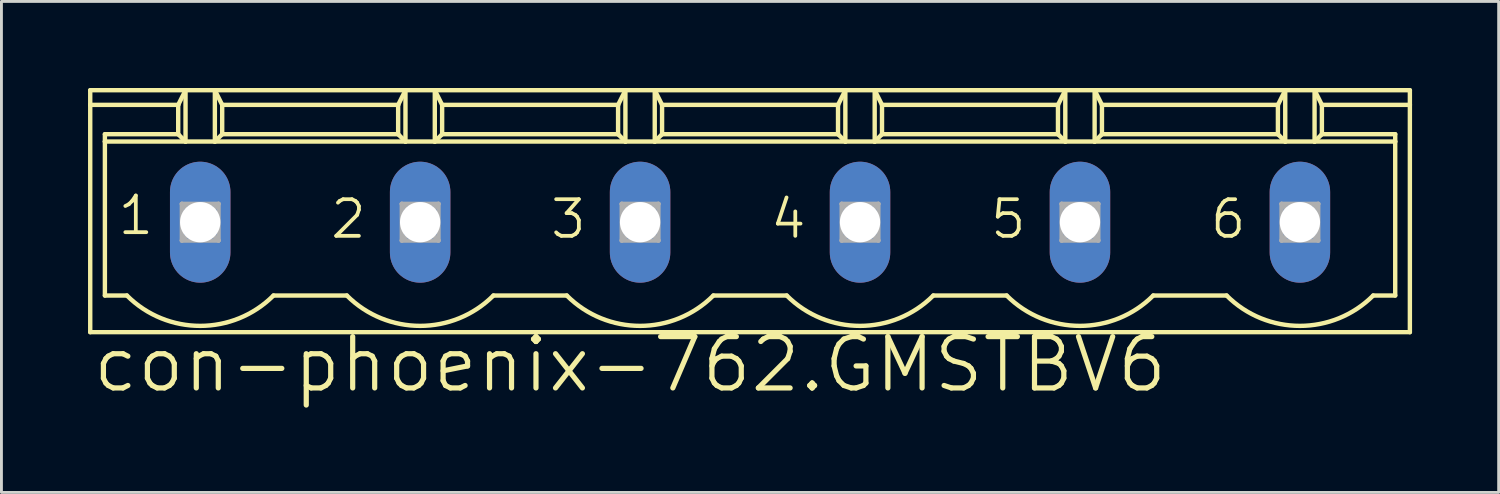
<source format=kicad_pcb>
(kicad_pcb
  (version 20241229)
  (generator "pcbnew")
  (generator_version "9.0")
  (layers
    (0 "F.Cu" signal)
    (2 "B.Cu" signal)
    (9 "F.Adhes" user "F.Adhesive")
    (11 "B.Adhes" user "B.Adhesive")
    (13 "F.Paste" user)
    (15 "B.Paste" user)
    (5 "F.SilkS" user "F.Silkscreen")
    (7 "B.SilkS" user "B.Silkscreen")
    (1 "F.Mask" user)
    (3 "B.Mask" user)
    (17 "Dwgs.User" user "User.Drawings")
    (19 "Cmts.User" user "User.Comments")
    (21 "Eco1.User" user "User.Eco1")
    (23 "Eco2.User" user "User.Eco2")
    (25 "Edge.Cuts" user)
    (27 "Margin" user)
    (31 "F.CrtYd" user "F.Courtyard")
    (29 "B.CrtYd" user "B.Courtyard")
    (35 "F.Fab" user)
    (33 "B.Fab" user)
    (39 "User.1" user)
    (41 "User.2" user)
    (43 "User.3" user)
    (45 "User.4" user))
  (footprint "con-phoenix-762.GMSTBV6"
    (layer "F.Cu")
    (at 22.936 4.648)
    (property "Reference" "con-phoenix-762.GMSTBV6" (at -22.86 5.969 0) (layer "F.SilkS") (effects (font (size 1.778 1.778) (thickness 0.18)) (justify left bottom)))
    (attr through_hole)
    (fp_line (start -22.86 -4.572) (end -19.558 -4.572) (stroke (width 0.152) (type default)) (layer "F.SilkS"))
    (fp_line (start -22.86 -4.064) (end -22.86 -4.572) (stroke (width 0.152) (type default)) (layer "F.SilkS"))
    (fp_line (start -22.86 -4.064) (end -19.812 -4.064) (stroke (width 0.152) (type default)) (layer "F.SilkS"))
    (fp_line (start -22.86 3.81) (end -22.86 -4.064) (stroke (width 0.152) (type default)) (layer "F.SilkS"))
    (fp_line (start -22.352 -3.048) (end -19.812 -3.048) (stroke (width 0.152) (type default)) (layer "F.SilkS"))
    (fp_line (start -22.352 -2.794) (end -22.352 -3.048) (stroke (width 0.152) (type default)) (layer "F.SilkS"))
    (fp_line (start -22.352 -2.794) (end -19.558 -2.794) (stroke (width 0.152) (type default)) (layer "F.SilkS"))
    (fp_line (start -22.352 2.54) (end -22.352 -2.794) (stroke (width 0.152) (type default)) (layer "F.SilkS"))
    (fp_line (start -21.59 2.54) (end -22.352 2.54) (stroke (width 0.152) (type default)) (layer "F.SilkS"))
    (fp_line (start -19.812 -4.064) (end -19.558 -4.572) (stroke (width 0.152) (type default)) (layer "F.SilkS"))
    (fp_line (start -19.812 -3.048) (end -19.812 -4.064) (stroke (width 0.152) (type default)) (layer "F.SilkS"))
    (fp_line (start -19.812 -3.048) (end -19.558 -2.794) (stroke (width 0.152) (type default)) (layer "F.SilkS"))
    (fp_line (start -19.558 -4.572) (end -18.542 -4.572) (stroke (width 0.152) (type default)) (layer "F.SilkS"))
    (fp_line (start -19.558 -2.794) (end -19.558 -4.572) (stroke (width 0.152) (type default)) (layer "F.SilkS"))
    (fp_line (start -19.558 -2.794) (end -18.542 -2.794) (stroke (width 0.152) (type default)) (layer "F.SilkS"))
    (fp_line (start -18.542 -4.572) (end -18.288 -4.064) (stroke (width 0.152) (type default)) (layer "F.SilkS"))
    (fp_line (start -18.542 -4.572) (end -11.938 -4.572) (stroke (width 0.152) (type default)) (layer "F.SilkS"))
    (fp_line (start -18.542 -2.794) (end -18.542 -4.572) (stroke (width 0.152) (type default)) (layer "F.SilkS"))
    (fp_line (start -18.542 -2.794) (end -11.938 -2.794) (stroke (width 0.152) (type default)) (layer "F.SilkS"))
    (fp_line (start -18.288 -4.064) (end -18.288 -3.048) (stroke (width 0.152) (type default)) (layer "F.SilkS"))
    (fp_line (start -18.288 -4.064) (end -12.192 -4.064) (stroke (width 0.152) (type default)) (layer "F.SilkS"))
    (fp_line (start -18.288 -3.048) (end -18.542 -2.794) (stroke (width 0.152) (type default)) (layer "F.SilkS"))
    (fp_line (start -13.97 2.54) (end -16.51 2.54) (stroke (width 0.152) (type default)) (layer "F.SilkS"))
    (fp_line (start -12.192 -4.064) (end -12.192 -3.048) (stroke (width 0.152) (type default)) (layer "F.SilkS"))
    (fp_line (start -12.192 -4.064) (end -11.938 -4.572) (stroke (width 0.152) (type default)) (layer "F.SilkS"))
    (fp_line (start -12.192 -3.048) (end -18.288 -3.048) (stroke (width 0.152) (type default)) (layer "F.SilkS"))
    (fp_line (start -12.192 -3.048) (end -11.938 -2.794) (stroke (width 0.152) (type default)) (layer "F.SilkS"))
    (fp_line (start -11.938 -4.572) (end -10.922 -4.572) (stroke (width 0.152) (type default)) (layer "F.SilkS"))
    (fp_line (start -11.938 -2.794) (end -11.938 -4.572) (stroke (width 0.152) (type default)) (layer "F.SilkS"))
    (fp_line (start -11.938 -2.794) (end -10.922 -2.794) (stroke (width 0.152) (type default)) (layer "F.SilkS"))
    (fp_line (start -10.922 -4.572) (end -10.668 -4.064) (stroke (width 0.152) (type default)) (layer "F.SilkS"))
    (fp_line (start -10.922 -4.572) (end -4.318 -4.572) (stroke (width 0.152) (type default)) (layer "F.SilkS"))
    (fp_line (start -10.922 -2.794) (end -10.922 -4.572) (stroke (width 0.152) (type default)) (layer "F.SilkS"))
    (fp_line (start -10.922 -2.794) (end -4.318 -2.794) (stroke (width 0.152) (type default)) (layer "F.SilkS"))
    (fp_line (start -10.668 -4.064) (end -10.668 -3.048) (stroke (width 0.152) (type default)) (layer "F.SilkS"))
    (fp_line (start -10.668 -4.064) (end -4.572 -4.064) (stroke (width 0.152) (type default)) (layer "F.SilkS"))
    (fp_line (start -10.668 -3.048) (end -10.922 -2.794) (stroke (width 0.152) (type default)) (layer "F.SilkS"))
    (fp_line (start -10.668 -3.048) (end -4.572 -3.048) (stroke (width 0.152) (type default)) (layer "F.SilkS"))
    (fp_line (start -6.35 2.54) (end -8.89 2.54) (stroke (width 0.152) (type default)) (layer "F.SilkS"))
    (fp_line (start -4.572 -4.064) (end -4.318 -4.572) (stroke (width 0.152) (type default)) (layer "F.SilkS"))
    (fp_line (start -4.572 -3.048) (end -4.572 -4.064) (stroke (width 0.152) (type default)) (layer "F.SilkS"))
    (fp_line (start -4.572 -3.048) (end -4.318 -2.794) (stroke (width 0.152) (type default)) (layer "F.SilkS"))
    (fp_line (start -4.318 -4.572) (end -3.302 -4.572) (stroke (width 0.152) (type default)) (layer "F.SilkS"))
    (fp_line (start -4.318 -2.794) (end -4.318 -4.572) (stroke (width 0.152) (type default)) (layer "F.SilkS"))
    (fp_line (start -4.318 -2.794) (end -3.302 -2.794) (stroke (width 0.152) (type default)) (layer "F.SilkS"))
    (fp_line (start -3.302 -4.572) (end -3.048 -4.064) (stroke (width 0.152) (type default)) (layer "F.SilkS"))
    (fp_line (start -3.302 -4.572) (end 3.302 -4.572) (stroke (width 0.152) (type default)) (layer "F.SilkS"))
    (fp_line (start -3.302 -2.794) (end -3.302 -4.572) (stroke (width 0.152) (type default)) (layer "F.SilkS"))
    (fp_line (start -3.302 -2.794) (end 3.302 -2.794) (stroke (width 0.152) (type default)) (layer "F.SilkS"))
    (fp_line (start -3.048 -4.064) (end -3.048 -3.048) (stroke (width 0.152) (type default)) (layer "F.SilkS"))
    (fp_line (start -3.048 -4.064) (end 3.048 -4.064) (stroke (width 0.152) (type default)) (layer "F.SilkS"))
    (fp_line (start -3.048 -3.048) (end -3.302 -2.794) (stroke (width 0.152) (type default)) (layer "F.SilkS"))
    (fp_line (start 1.27 2.54) (end -1.27 2.54) (stroke (width 0.152) (type default)) (layer "F.SilkS"))
    (fp_line (start 3.048 -4.064) (end 3.048 -3.048) (stroke (width 0.152) (type default)) (layer "F.SilkS"))
    (fp_line (start 3.048 -4.064) (end 3.302 -4.572) (stroke (width 0.152) (type default)) (layer "F.SilkS"))
    (fp_line (start 3.048 -3.048) (end -3.048 -3.048) (stroke (width 0.152) (type default)) (layer "F.SilkS"))
    (fp_line (start 3.048 -3.048) (end 3.302 -2.794) (stroke (width 0.152) (type default)) (layer "F.SilkS"))
    (fp_line (start 3.302 -4.572) (end 4.318 -4.572) (stroke (width 0.152) (type default)) (layer "F.SilkS"))
    (fp_line (start 3.302 -2.794) (end 3.302 -4.572) (stroke (width 0.152) (type default)) (layer "F.SilkS"))
    (fp_line (start 3.302 -2.794) (end 4.318 -2.794) (stroke (width 0.152) (type default)) (layer "F.SilkS"))
    (fp_line (start 4.318 -4.572) (end 4.572 -4.064) (stroke (width 0.152) (type default)) (layer "F.SilkS"))
    (fp_line (start 4.318 -4.572) (end 10.922 -4.572) (stroke (width 0.152) (type default)) (layer "F.SilkS"))
    (fp_line (start 4.318 -2.794) (end 4.318 -4.572) (stroke (width 0.152) (type default)) (layer "F.SilkS"))
    (fp_line (start 4.318 -2.794) (end 10.922 -2.794) (stroke (width 0.152) (type default)) (layer "F.SilkS"))
    (fp_line (start 4.572 -4.064) (end 4.572 -3.048) (stroke (width 0.152) (type default)) (layer "F.SilkS"))
    (fp_line (start 4.572 -4.064) (end 10.668 -4.064) (stroke (width 0.152) (type default)) (layer "F.SilkS"))
    (fp_line (start 4.572 -3.048) (end 4.318 -2.794) (stroke (width 0.152) (type default)) (layer "F.SilkS"))
    (fp_line (start 4.572 -3.048) (end 10.668 -3.048) (stroke (width 0.152) (type default)) (layer "F.SilkS"))
    (fp_line (start 8.89 2.54) (end 6.35 2.54) (stroke (width 0.152) (type default)) (layer "F.SilkS"))
    (fp_line (start 10.668 -4.064) (end 10.668 -3.048) (stroke (width 0.152) (type default)) (layer "F.SilkS"))
    (fp_line (start 10.668 -4.064) (end 10.922 -4.572) (stroke (width 0.152) (type default)) (layer "F.SilkS"))
    (fp_line (start 10.668 -3.048) (end 10.922 -2.794) (stroke (width 0.152) (type default)) (layer "F.SilkS"))
    (fp_line (start 10.922 -4.572) (end 11.938 -4.572) (stroke (width 0.152) (type default)) (layer "F.SilkS"))
    (fp_line (start 10.922 -2.794) (end 10.922 -4.572) (stroke (width 0.152) (type default)) (layer "F.SilkS"))
    (fp_line (start 10.922 -2.794) (end 11.938 -2.794) (stroke (width 0.152) (type default)) (layer "F.SilkS"))
    (fp_line (start 11.938 -4.572) (end 12.192 -4.064) (stroke (width 0.152) (type default)) (layer "F.SilkS"))
    (fp_line (start 11.938 -4.572) (end 18.542 -4.572) (stroke (width 0.152) (type default)) (layer "F.SilkS"))
    (fp_line (start 11.938 -2.794) (end 11.938 -4.572) (stroke (width 0.152) (type default)) (layer "F.SilkS"))
    (fp_line (start 11.938 -2.794) (end 18.542 -2.794) (stroke (width 0.152) (type default)) (layer "F.SilkS"))
    (fp_line (start 12.192 -4.064) (end 12.192 -3.048) (stroke (width 0.152) (type default)) (layer "F.SilkS"))
    (fp_line (start 12.192 -4.064) (end 18.288 -4.064) (stroke (width 0.152) (type default)) (layer "F.SilkS"))
    (fp_line (start 12.192 -3.048) (end 11.938 -2.794) (stroke (width 0.152) (type default)) (layer "F.SilkS"))
    (fp_line (start 12.192 -3.048) (end 18.288 -3.048) (stroke (width 0.152) (type default)) (layer "F.SilkS"))
    (fp_line (start 16.51 2.54) (end 13.97 2.54) (stroke (width 0.152) (type default)) (layer "F.SilkS"))
    (fp_line (start 18.288 -4.064) (end 18.288 -3.048) (stroke (width 0.152) (type default)) (layer "F.SilkS"))
    (fp_line (start 18.288 -4.064) (end 18.542 -4.572) (stroke (width 0.152) (type default)) (layer "F.SilkS"))
    (fp_line (start 18.288 -3.048) (end 18.542 -2.794) (stroke (width 0.152) (type default)) (layer "F.SilkS"))
    (fp_line (start 18.542 -4.572) (end 19.558 -4.572) (stroke (width 0.152) (type default)) (layer "F.SilkS"))
    (fp_line (start 18.542 -2.794) (end 18.542 -4.572) (stroke (width 0.152) (type default)) (layer "F.SilkS"))
    (fp_line (start 18.542 -2.794) (end 19.558 -2.794) (stroke (width 0.152) (type default)) (layer "F.SilkS"))
    (fp_line (start 19.558 -4.572) (end 19.812 -4.064) (stroke (width 0.152) (type default)) (layer "F.SilkS"))
    (fp_line (start 19.558 -4.572) (end 22.86 -4.572) (stroke (width 0.152) (type default)) (layer "F.SilkS"))
    (fp_line (start 19.558 -2.794) (end 19.558 -4.572) (stroke (width 0.152) (type default)) (layer "F.SilkS"))
    (fp_line (start 19.558 -2.794) (end 22.352 -2.794) (stroke (width 0.152) (type default)) (layer "F.SilkS"))
    (fp_line (start 19.812 -4.064) (end 19.812 -3.048) (stroke (width 0.152) (type default)) (layer "F.SilkS"))
    (fp_line (start 19.812 -4.064) (end 22.86 -4.064) (stroke (width 0.152) (type default)) (layer "F.SilkS"))
    (fp_line (start 19.812 -3.048) (end 19.558 -2.794) (stroke (width 0.152) (type default)) (layer "F.SilkS"))
    (fp_line (start 19.812 -3.048) (end 22.352 -3.048) (stroke (width 0.152) (type default)) (layer "F.SilkS"))
    (fp_line (start 22.352 -3.048) (end 22.352 -2.794) (stroke (width 0.152) (type default)) (layer "F.SilkS"))
    (fp_line (start 22.352 -2.794) (end 22.352 2.54) (stroke (width 0.152) (type default)) (layer "F.SilkS"))
    (fp_line (start 22.352 2.54) (end 21.59 2.54) (stroke (width 0.152) (type default)) (layer "F.SilkS"))
    (fp_line (start 22.86 -4.064) (end 22.86 -4.572) (stroke (width 0.152) (type default)) (layer "F.SilkS"))
    (fp_line (start 22.86 3.81) (end -22.86 3.81) (stroke (width 0.152) (type default)) (layer "F.SilkS"))
    (fp_line (start 22.86 3.81) (end 22.86 -4.064) (stroke (width 0.152) (type default)) (layer "F.SilkS"))
    (fp_arc (start -16.51 2.54) (mid -19.05 3.592102) (end -21.59 2.54) (stroke (width 0.1524) (type default)) (layer "F.SilkS"))
    (fp_arc (start -8.89 2.54) (mid -11.43 3.592102) (end -13.97 2.54) (stroke (width 0.1524) (type default)) (layer "F.SilkS"))
    (fp_arc (start -1.27 2.54) (mid -3.81 3.592102) (end -6.35 2.54) (stroke (width 0.1524) (type default)) (layer "F.SilkS"))
    (fp_arc (start 6.35 2.54) (mid 3.81 3.592102) (end 1.27 2.54) (stroke (width 0.1524) (type default)) (layer "F.SilkS"))
    (fp_arc (start 13.97 2.54) (mid 11.43 3.592102) (end 8.89 2.54) (stroke (width 0.1524) (type default)) (layer "F.SilkS"))
    (fp_arc (start 21.59 2.54) (mid 19.05 3.592102) (end 16.51 2.54) (stroke (width 0.1524) (type default)) (layer "F.SilkS"))
    (fp_line (start -19.685 -0.635) (end -19.685 0.635) (stroke (width 0.152) (type default)) (layer "F.Fab"))
    (fp_line (start -19.685 -0.635) (end -18.415 0.635) (stroke (width 0.152) (type default)) (layer "F.Fab"))
    (fp_line (start -19.685 0.635) (end -18.415 -0.635) (stroke (width 0.152) (type default)) (layer "F.Fab"))
    (fp_line (start -19.685 0.635) (end -18.415 0.635) (stroke (width 0.152) (type default)) (layer "F.Fab"))
    (fp_line (start -18.415 -0.635) (end -19.685 -0.635) (stroke (width 0.152) (type default)) (layer "F.Fab"))
    (fp_line (start -18.415 0.635) (end -18.415 -0.635) (stroke (width 0.152) (type default)) (layer "F.Fab"))
    (fp_line (start -12.065 -0.635) (end -12.065 0.635) (stroke (width 0.152) (type default)) (layer "F.Fab"))
    (fp_line (start -12.065 -0.635) (end -10.795 0.635) (stroke (width 0.152) (type default)) (layer "F.Fab"))
    (fp_line (start -12.065 0.635) (end -10.795 -0.635) (stroke (width 0.152) (type default)) (layer "F.Fab"))
    (fp_line (start -12.065 0.635) (end -10.795 0.635) (stroke (width 0.152) (type default)) (layer "F.Fab"))
    (fp_line (start -10.795 -0.635) (end -12.065 -0.635) (stroke (width 0.152) (type default)) (layer "F.Fab"))
    (fp_line (start -10.795 0.635) (end -10.795 -0.635) (stroke (width 0.152) (type default)) (layer "F.Fab"))
    (fp_line (start -4.445 -0.635) (end -4.445 0.635) (stroke (width 0.152) (type default)) (layer "F.Fab"))
    (fp_line (start -4.445 -0.635) (end -3.175 0.635) (stroke (width 0.152) (type default)) (layer "F.Fab"))
    (fp_line (start -4.445 0.635) (end -3.175 -0.635) (stroke (width 0.152) (type default)) (layer "F.Fab"))
    (fp_line (start -4.445 0.635) (end -3.175 0.635) (stroke (width 0.152) (type default)) (layer "F.Fab"))
    (fp_line (start -3.175 -0.635) (end -4.445 -0.635) (stroke (width 0.152) (type default)) (layer "F.Fab"))
    (fp_line (start -3.175 0.635) (end -3.175 -0.635) (stroke (width 0.152) (type default)) (layer "F.Fab"))
    (fp_line (start 3.175 -0.635) (end 3.175 0.635) (stroke (width 0.152) (type default)) (layer "F.Fab"))
    (fp_line (start 3.175 -0.635) (end 4.445 0.635) (stroke (width 0.152) (type default)) (layer "F.Fab"))
    (fp_line (start 3.175 0.635) (end 4.445 -0.635) (stroke (width 0.152) (type default)) (layer "F.Fab"))
    (fp_line (start 3.175 0.635) (end 4.445 0.635) (stroke (width 0.152) (type default)) (layer "F.Fab"))
    (fp_line (start 4.445 -0.635) (end 3.175 -0.635) (stroke (width 0.152) (type default)) (layer "F.Fab"))
    (fp_line (start 4.445 0.635) (end 4.445 -0.635) (stroke (width 0.152) (type default)) (layer "F.Fab"))
    (fp_line (start 10.795 -0.635) (end 10.795 0.635) (stroke (width 0.152) (type default)) (layer "F.Fab"))
    (fp_line (start 10.795 -0.635) (end 12.065 0.635) (stroke (width 0.152) (type default)) (layer "F.Fab"))
    (fp_line (start 10.795 0.635) (end 12.065 -0.635) (stroke (width 0.152) (type default)) (layer "F.Fab"))
    (fp_line (start 10.795 0.635) (end 12.065 0.635) (stroke (width 0.152) (type default)) (layer "F.Fab"))
    (fp_line (start 12.065 -0.635) (end 10.795 -0.635) (stroke (width 0.152) (type default)) (layer "F.Fab"))
    (fp_line (start 12.065 0.635) (end 12.065 -0.635) (stroke (width 0.152) (type default)) (layer "F.Fab"))
    (fp_line (start 18.415 -0.635) (end 18.415 0.635) (stroke (width 0.152) (type default)) (layer "F.Fab"))
    (fp_line (start 18.415 -0.635) (end 19.685 0.635) (stroke (width 0.152) (type default)) (layer "F.Fab"))
    (fp_line (start 18.415 0.635) (end 19.685 -0.635) (stroke (width 0.152) (type default)) (layer "F.Fab"))
    (fp_line (start 18.415 0.635) (end 19.685 0.635) (stroke (width 0.152) (type default)) (layer "F.Fab"))
    (fp_line (start 19.685 -0.635) (end 18.415 -0.635) (stroke (width 0.152) (type default)) (layer "F.Fab"))
    (fp_line (start 19.685 0.635) (end 19.685 -0.635) (stroke (width 0.152) (type default)) (layer "F.Fab"))
    (fp_text user "3" (at -6.985 0.635 0) (layer "F.SilkS") (effects (font (size 1.27 1.27) (thickness 0.13)) (justify left bottom)))
    (fp_text user "1" (at -21.971 0.508 0) (layer "F.SilkS") (effects (font (size 1.27 1.27) (thickness 0.13)) (justify left bottom)))
    (fp_text user "2" (at -14.605 0.635 0) (layer "F.SilkS") (effects (font (size 1.27 1.27) (thickness 0.13)) (justify left bottom)))
    (fp_text user "4" (at 0.635 0.635 0) (layer "F.SilkS") (effects (font (size 1.27 1.27) (thickness 0.13)) (justify left bottom)))
    (fp_text user "6" (at 15.875 0.635 0) (layer "F.SilkS") (effects (font (size 1.27 1.27) (thickness 0.13)) (justify left bottom)))
    (fp_text user "5" (at 8.255 0.635 0) (layer "F.SilkS") (effects (font (size 1.27 1.27) (thickness 0.13)) (justify left bottom)))
    (pad "1" thru_hole oval (at -19.05 0 90) (size 4.191 2.095) (drill 1.397) (layers "*.Cu" "*.Mask"))
    (pad "2" thru_hole oval (at -11.43 0 90) (size 4.191 2.095) (drill 1.397) (layers "*.Cu" "*.Mask"))
    (pad "3" thru_hole oval (at -3.81 0 90) (size 4.191 2.095) (drill 1.397) (layers "*.Cu" "*.Mask"))
    (pad "4" thru_hole oval (at 3.81 0 90) (size 4.191 2.095) (drill 1.397) (layers "*.Cu" "*.Mask"))
    (pad "5" thru_hole oval (at 11.43 0 90) (size 4.191 2.095) (drill 1.397) (layers "*.Cu" "*.Mask"))
    (pad "6" thru_hole oval (at 19.05 0 90) (size 4.191 2.095) (drill 1.397) (layers "*.Cu" "*.Mask")))
  (gr_rect
    (start -3 -3)
    (end 48.872 14.011)
    (stroke (width 0.1) (type default))
    (fill no)
    (layer "Edge.Cuts")))
</source>
